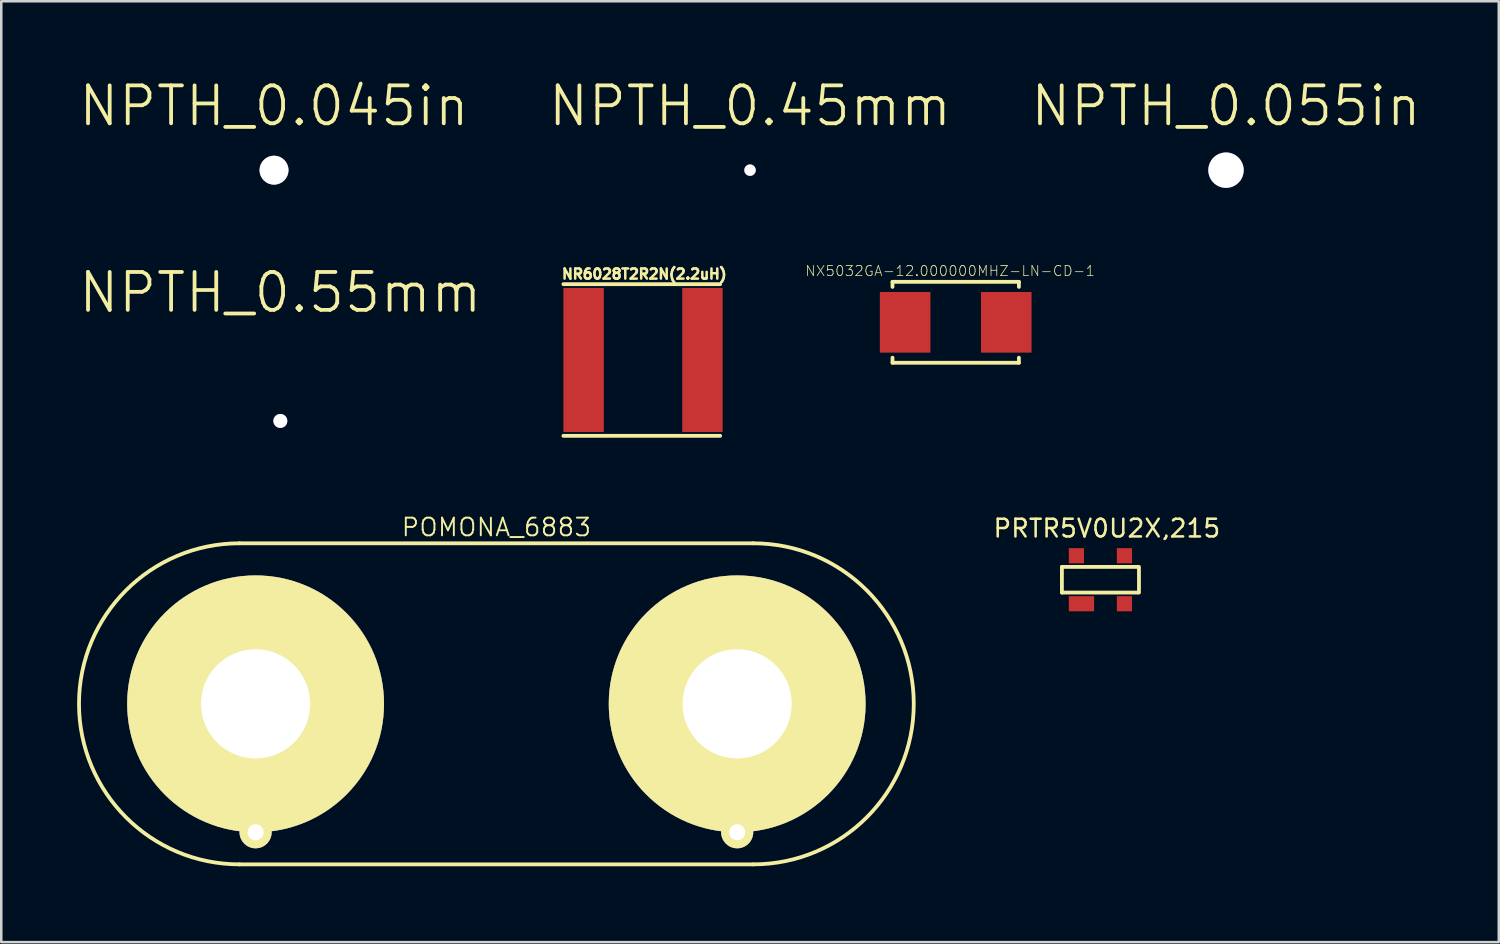
<source format=kicad_pcb>
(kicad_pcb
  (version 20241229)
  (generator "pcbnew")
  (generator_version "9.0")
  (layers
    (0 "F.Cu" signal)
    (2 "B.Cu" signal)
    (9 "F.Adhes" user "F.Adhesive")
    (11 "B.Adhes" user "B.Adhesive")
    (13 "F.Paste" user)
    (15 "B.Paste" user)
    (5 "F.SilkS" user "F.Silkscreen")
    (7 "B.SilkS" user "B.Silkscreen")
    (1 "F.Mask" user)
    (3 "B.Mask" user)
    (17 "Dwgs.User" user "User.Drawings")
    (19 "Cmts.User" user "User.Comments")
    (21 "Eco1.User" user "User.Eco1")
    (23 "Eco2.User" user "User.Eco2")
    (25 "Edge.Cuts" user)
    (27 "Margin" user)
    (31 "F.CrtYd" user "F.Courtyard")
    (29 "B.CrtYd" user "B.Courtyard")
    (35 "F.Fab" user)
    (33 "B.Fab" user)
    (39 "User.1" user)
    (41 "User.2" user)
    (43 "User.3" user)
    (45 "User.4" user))
  (footprint "PRTR5V0U2X,215"
    (layer "F.Cu")
    (at 40.479 19.882)
    (property "Reference" "PRTR5V0U2X,215" (at 0.254 -2.032 0) (layer "F.SilkS") (effects (font (size 0.7 0.7) (thickness 0.1))))
    (attr through_hole)
    (fp_line (start -1.524 -0.508) (end -1.524 0.508) (stroke (width 0.15) (type solid)) (layer "F.SilkS"))
    (fp_line (start -1.524 -0.508) (end 1.476 -0.508) (stroke (width 0.15) (type solid)) (layer "F.SilkS"))
    (fp_line (start -1.524 0.508) (end 1.476 0.508) (stroke (width 0.15) (type solid)) (layer "F.SilkS"))
    (fp_line (start 1.524 -0.508) (end 1.524 0.508) (stroke (width 0.15) (type solid)) (layer "F.SilkS"))
    (pad "1" smd rect (at -0.75 0.95) (size 1 0.6) (layers "F.Cu" "F.Mask" "F.Paste"))
    (pad "2" smd rect (at 0.95 0.95) (size 0.6 0.6) (layers "F.Cu" "F.Mask" "F.Paste"))
    (pad "3" smd rect (at 0.95 -0.95) (size 0.6 0.6) (layers "F.Cu" "F.Mask" "F.Paste"))
    (pad "4" smd rect (at -0.95 -0.95) (size 0.6 0.6) (layers "F.Cu" "F.Mask" "F.Paste")))
  (footprint "NPTH_0.45mm"
    (layer "F.Cu")
    (at 26.618 3.681)
    (property "Reference" "NPTH_0.45mm" (at 0 -2.54 0) (layer "F.SilkS") (effects (font (size 1.5 1.5) (thickness 0.15))))
    (attr through_hole)
    (pad "" np_thru_hole circle (at 0 0) (size 0.451 0.451) (drill 0.45) (layers "*.Cu")))
  (footprint "NPTH_0.55mm"
    (layer "F.Cu")
    (at 8.039 13.601)
    (property "Reference" "NPTH_0.55mm" (at 0 -5.08 0) (layer "F.SilkS") (effects (font (size 1.5 1.5) (thickness 0.15))))
    (attr through_hole)
    (pad "" np_thru_hole circle (at 0 0) (size 0.551 0.551) (drill 0.55) (layers "*.Cu")))
  (footprint "NPTH_0.055in"
    (layer "F.Cu")
    (at 45.446 3.681)
    (property "Reference" "NPTH_0.055in" (at 0 -2.54 0) (layer "F.SilkS") (effects (font (size 1.5 1.5) (thickness 0.15))))
    (attr through_hole)
    (pad "" np_thru_hole circle (at 0 0) (size 1.4 1.4) (drill 1.397) (layers "*.Cu")))
  (footprint "NPTH_0.045in"
    (layer "F.Cu")
    (at 7.789 3.681)
    (property "Reference" "NPTH_0.045in" (at 0 -2.54 0) (layer "F.SilkS") (effects (font (size 1.5 1.5) (thickness 0.15))))
    (attr through_hole)
    (pad "" np_thru_hole circle (at 0 0) (size 1.146 1.146) (drill 1.143) (layers "*.Cu")))
  (footprint "NR6028T2R2N(2.2uH)"
    (layer "F.Cu")
    (at 20.036 11.19)
    (property "Reference" "NR6028T2R2N(2.2uH)" (at 2.4 -3.4 0) (layer "F.SilkS") (effects (font (size 0.4 0.4) (thickness 0.1))))
    (attr through_hole)
    (fp_line (start -0.8 -3) (end 5.4 -3) (stroke (width 0.15) (type solid)) (layer "F.SilkS"))
    (fp_line (start -0.8 3) (end 5.4 3) (stroke (width 0.15) (type solid)) (layer "F.SilkS"))
    (pad "1" smd rect (at 0 0) (size 1.6 5.7) (layers "F.Cu" "F.Mask" "F.Paste"))
    (pad "2" smd rect (at 4.7 0) (size 1.6 5.7) (layers "F.Cu" "F.Mask" "F.Paste")))
  (footprint "POMONA_6883"
    (layer "F.Cu")
    (at 16.585 24.791)
    (property "Reference" "POMONA_6883" (at 0 -6.985 0) (layer "F.SilkS") (effects (font (size 0.7 0.7) (thickness 0.075))))
    (attr through_hole)
    (fp_line (start -10.16 -6.35) (end 10.16 -6.35) (stroke (width 0.15) (type solid)) (layer "F.SilkS"))
    (fp_line (start 10.16 6.35) (end -10.16 6.35) (stroke (width 0.15) (type solid)) (layer "F.SilkS"))
    (fp_arc (start -10.16 6.35) (mid -16.51 0) (end -10.16 -6.35) (stroke (width 0.15) (type solid)) (layer "F.SilkS"))
    (fp_arc (start 10.16 -6.35) (mid 16.51 0) (end 10.16 6.35) (stroke (width 0.15) (type solid)) (layer "F.SilkS"))
    (pad "1" thru_hole circle (at -9.525 0) (size 10.16 10.16) (drill 4.318) (layers "*.Cu" "*.Mask" "F.SilkS"))
    (pad "1" thru_hole circle (at -9.525 5.08) (size 1.27 1.27) (drill 0.635) (layers "*.Cu" "*.Mask" "F.SilkS"))
    (pad "2" thru_hole circle (at 9.525 0) (size 10.16 10.16) (drill 4.318) (layers "*.Cu" "*.Mask" "F.SilkS"))
    (pad "2" thru_hole circle (at 9.525 5.08) (size 1.27 1.27) (drill 0.635) (layers "*.Cu" "*.Mask" "F.SilkS")))
  (footprint "NX5032GA-12.000000MHZ-LN-CD-1"
    (layer "F.Cu")
    (at 32.754 9.699)
    (property "Reference" "NX5032GA-12.000000MHZ-LN-CD-1" (at 1.778 -2.032 180) (layer "F.SilkS") (effects (font (size 0.4 0.4) (thickness 0.03))))
    (attr through_hole)
    (fp_line (start -0.5 -1.6) (end -0.5 -1.4) (stroke (width 0.15) (type solid)) (layer "F.SilkS"))
    (fp_line (start -0.5 -1.6) (end 4.5 -1.6) (stroke (width 0.15) (type solid)) (layer "F.SilkS"))
    (fp_line (start -0.5 1.6) (end -0.5 1.4) (stroke (width 0.15) (type solid)) (layer "F.SilkS"))
    (fp_line (start -0.5 1.6) (end 4.5 1.6) (stroke (width 0.15) (type solid)) (layer "F.SilkS"))
    (fp_line (start 4.5 -1.6) (end 4.5 -1.4) (stroke (width 0.15) (type solid)) (layer "F.SilkS"))
    (fp_line (start 4.5 1.6) (end 4.5 1.4) (stroke (width 0.15) (type solid)) (layer "F.SilkS"))
    (pad "1" smd rect (at 0 0) (size 2 2.4) (layers "F.Cu" "F.Mask" "F.Paste"))
    (pad "2" smd rect (at 4 0) (size 2 2.4) (layers "F.Cu" "F.Mask" "F.Paste")))
  (gr_rect
    (start -3 -3)
    (end 56.236 34.216)
    (stroke (width 0.1) (type default))
    (fill no)
    (layer "Edge.Cuts")))
</source>
